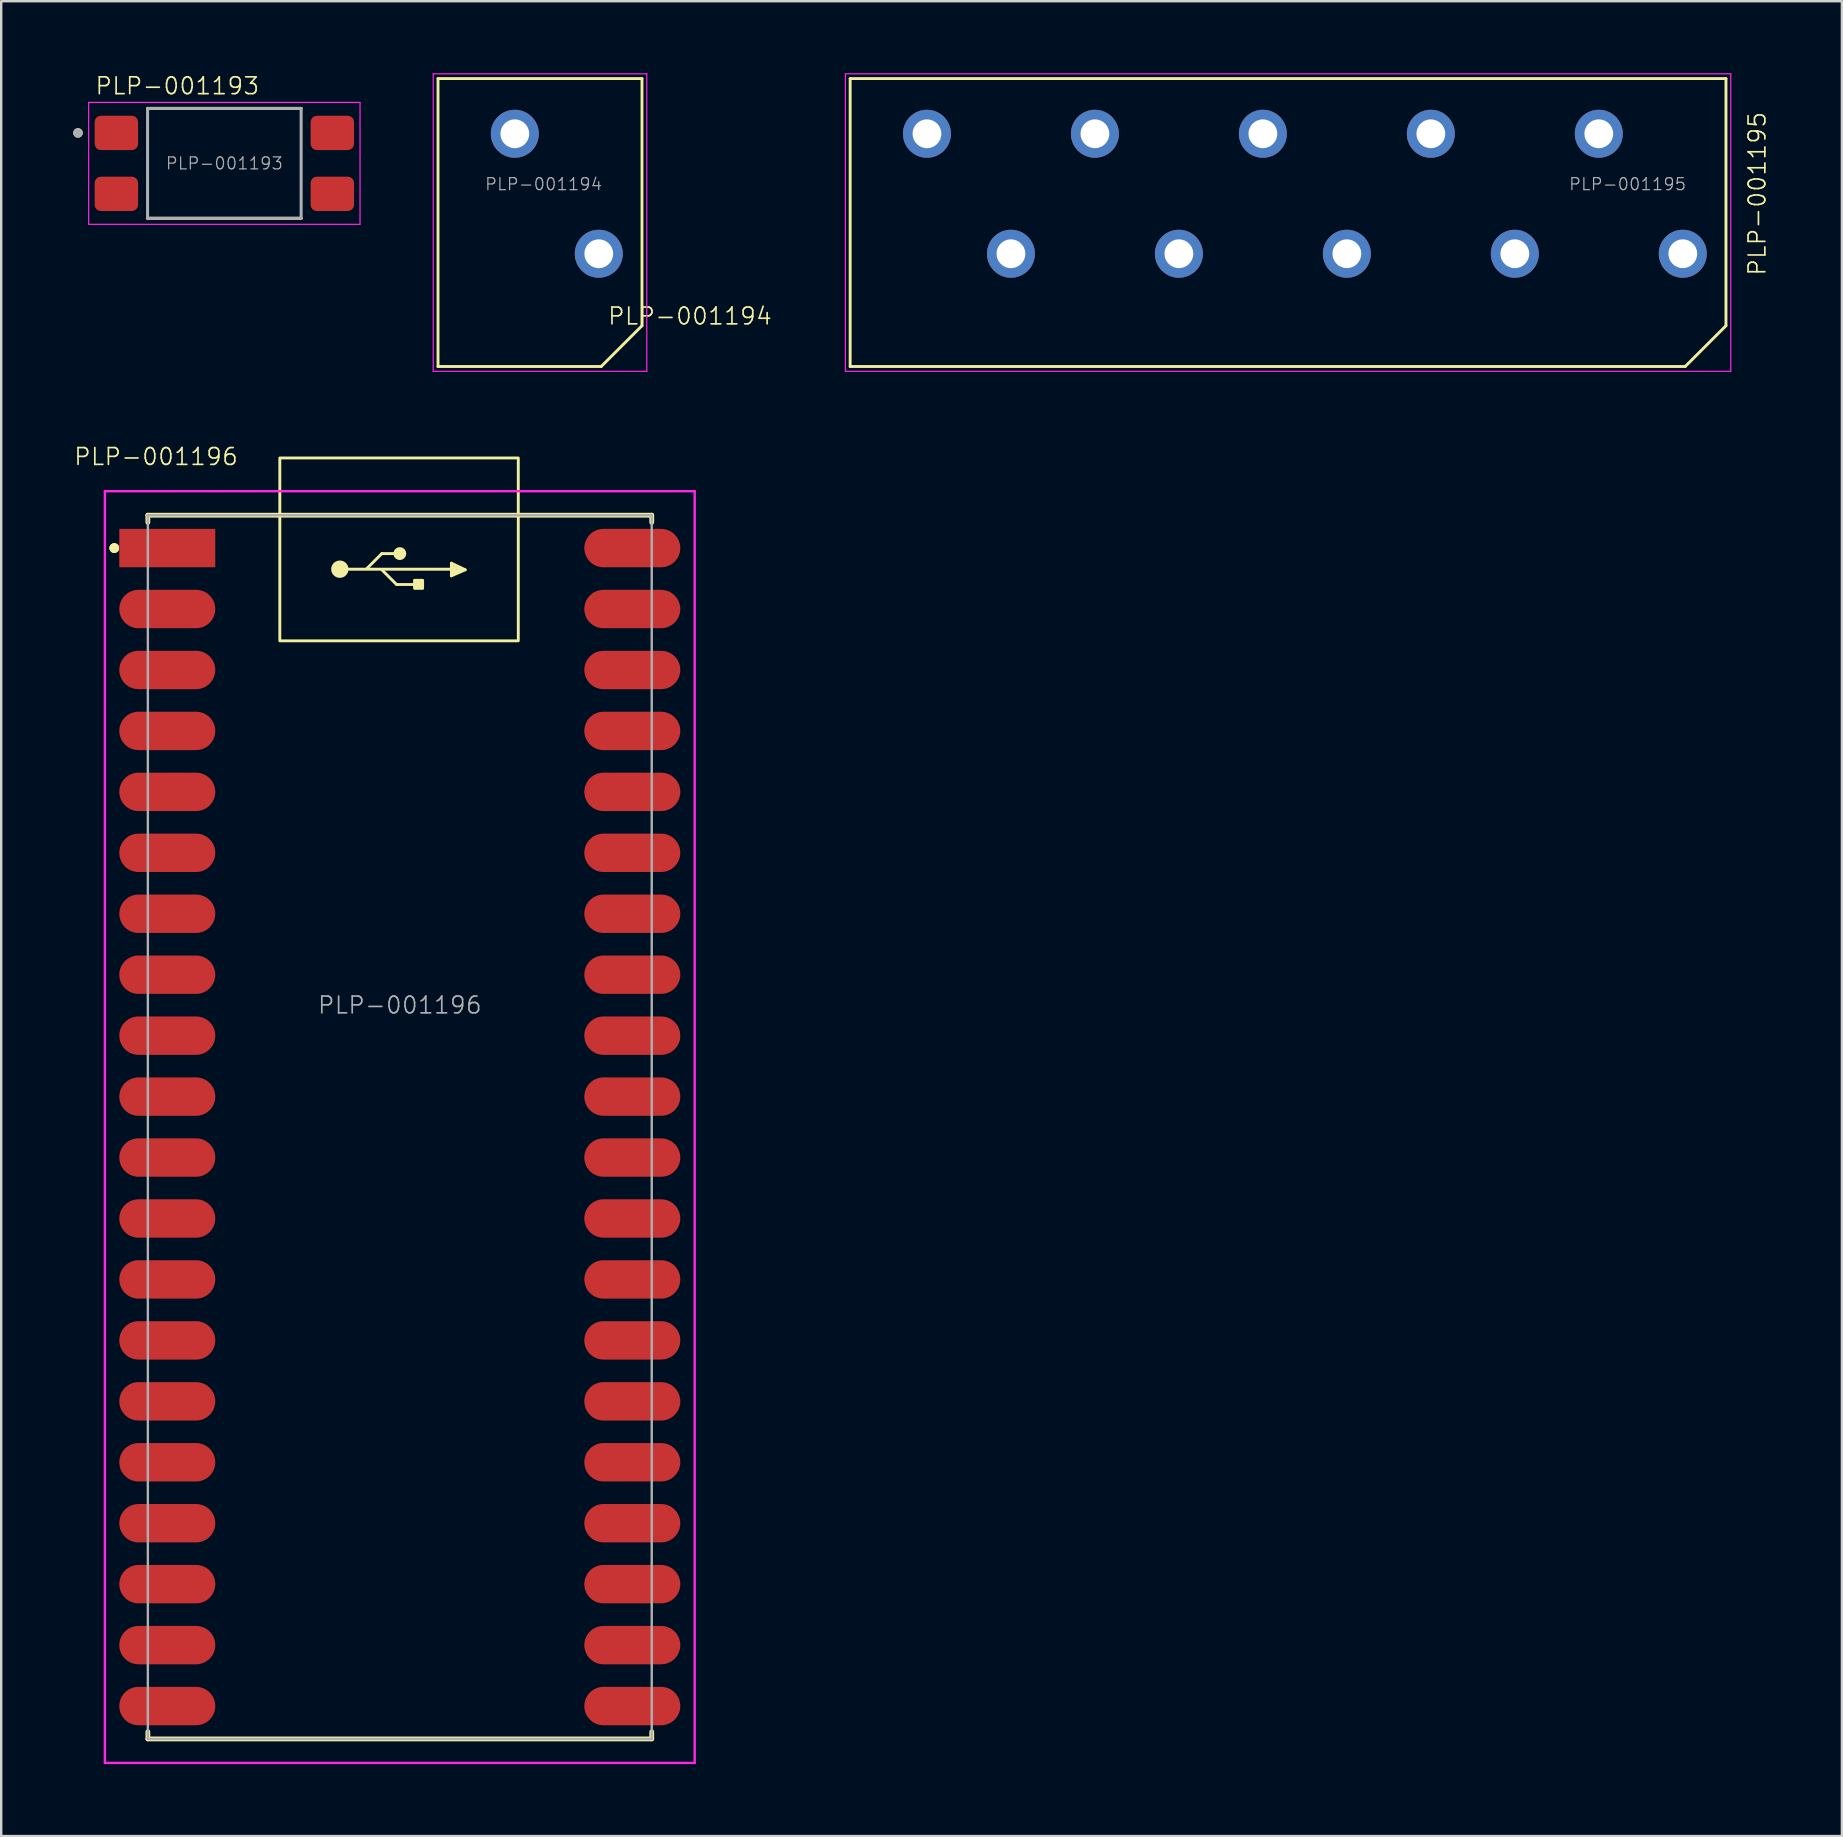
<source format=kicad_pcb>
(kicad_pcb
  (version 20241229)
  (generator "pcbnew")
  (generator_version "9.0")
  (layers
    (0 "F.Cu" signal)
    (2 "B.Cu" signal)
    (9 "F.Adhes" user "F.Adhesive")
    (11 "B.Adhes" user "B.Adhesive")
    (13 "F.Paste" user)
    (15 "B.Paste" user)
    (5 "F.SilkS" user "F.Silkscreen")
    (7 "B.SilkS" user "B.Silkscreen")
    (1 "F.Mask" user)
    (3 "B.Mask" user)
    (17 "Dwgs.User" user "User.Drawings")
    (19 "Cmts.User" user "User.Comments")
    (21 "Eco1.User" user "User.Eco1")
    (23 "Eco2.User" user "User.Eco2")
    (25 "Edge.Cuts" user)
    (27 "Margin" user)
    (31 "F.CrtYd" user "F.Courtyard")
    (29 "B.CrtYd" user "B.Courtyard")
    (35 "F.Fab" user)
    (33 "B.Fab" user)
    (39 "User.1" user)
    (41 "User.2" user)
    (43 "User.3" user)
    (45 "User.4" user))
  (footprint "PLP-001196"
    (layer "F.Cu")
    (at 13.612 43.922)
    (property "Reference" "PLP-001196" (at -10.16 -27.94 0) (layer "F.SilkS") (effects (font (size 0.7 0.7) (thickness 0.07))))
    (attr smd)
    (fp_line (start -11.9 -24.13) (end -11.9 -24.13) (stroke (width 0.4) (type solid)) (layer "F.SilkS"))
    (fp_line (start -11.9 -24.13) (end -11.9 -24.13) (stroke (width 0.4) (type solid)) (layer "F.SilkS"))
    (fp_line (start -11.9 -24.13) (end -11.9 -24.13) (stroke (width 0.4) (type solid)) (layer "F.SilkS"))
    (fp_line (start -10.5 -25.5) (end -10.5 -25.2) (stroke (width 0.2) (type solid)) (layer "F.SilkS"))
    (fp_line (start -10.5 25.2) (end -10.5 25.5) (stroke (width 0.2) (type solid)) (layer "F.SilkS"))
    (fp_line (start -10.5 25.5) (end 10.5 25.5) (stroke (width 0.2) (type solid)) (layer "F.SilkS"))
    (fp_line (start -2.499 -23.25) (end 2.151 -23.25) (stroke (width 0.12) (type solid)) (layer "F.SilkS"))
    (fp_line (start -1.374 -23.275) (end -0.749 -23.9) (stroke (width 0.12) (type solid)) (layer "F.SilkS"))
    (fp_line (start -0.761 -23.238) (end -0.136 -22.613) (stroke (width 0.12) (type solid)) (layer "F.SilkS"))
    (fp_line (start -0.749 -23.9) (end 0.001 -23.9) (stroke (width 0.12) (type solid)) (layer "F.SilkS"))
    (fp_line (start -0.136 -22.613) (end 0.614 -22.613) (stroke (width 0.12) (type solid)) (layer "F.SilkS"))
    (fp_line (start 2.151 -23.5) (end 2.151 -23.25) (stroke (width 0.12) (type solid)) (layer "F.SilkS"))
    (fp_line (start 2.151 -23.375) (end 2.551 -23.225) (stroke (width 0.12) (type solid)) (layer "F.SilkS"))
    (fp_line (start 2.151 -23.25) (end 2.151 -22.975) (stroke (width 0.12) (type solid)) (layer "F.SilkS"))
    (fp_line (start 2.151 -22.975) (end 2.726 -23.225) (stroke (width 0.12) (type solid)) (layer "F.SilkS"))
    (fp_line (start 2.226 -23.075) (end 2.251 -23.25) (stroke (width 0.12) (type solid)) (layer "F.SilkS"))
    (fp_line (start 2.251 -23.25) (end 2.389 -23.15) (stroke (width 0.12) (type solid)) (layer "F.SilkS"))
    (fp_line (start 2.551 -23.225) (end 2.226 -23.075) (stroke (width 0.12) (type solid)) (layer "F.SilkS"))
    (fp_line (start 2.726 -23.225) (end 2.151 -23.5) (stroke (width 0.12) (type solid)) (layer "F.SilkS"))
    (fp_line (start 10.5 -25.5) (end -10.5 -25.5) (stroke (width 0.2) (type solid)) (layer "F.SilkS"))
    (fp_line (start 10.5 -25.2) (end 10.5 -25.5) (stroke (width 0.2) (type solid)) (layer "F.SilkS"))
    (fp_line (start 10.5 25.5) (end 10.5 25.2) (stroke (width 0.2) (type solid)) (layer "F.SilkS"))
    (fp_rect (start -5 -20.265) (end 4.938 -27.885) (stroke (width 0.12) (type default)) (fill no) (layer "F.SilkS"))
    (fp_rect (start 0.614 -22.788) (end 0.951 -22.45) (stroke (width 0.12) (type solid)) (fill yes) (layer "F.SilkS"))
    (fp_circle (center -2.499 -23.25) (end -2.198 -23.25) (stroke (width 0.12) (type solid)) (fill yes) (layer "F.SilkS"))
    (fp_circle (center 0.001 -23.9) (end 0.201 -23.85) (stroke (width 0.12) (type solid)) (fill yes) (layer "F.SilkS"))
    (fp_line (start -12.29 -26.5) (end 12.29 -26.5) (stroke (width 0.1) (type solid)) (layer "F.CrtYd"))
    (fp_line (start -12.29 26.5) (end -12.29 -26.5) (stroke (width 0.1) (type solid)) (layer "F.CrtYd"))
    (fp_line (start 12.29 -26.5) (end 12.29 26.5) (stroke (width 0.1) (type solid)) (layer "F.CrtYd"))
    (fp_line (start 12.29 26.5) (end -12.29 26.5) (stroke (width 0.1) (type solid)) (layer "F.CrtYd"))
    (fp_line (start -10.5 -25.5) (end -10.5 25.5) (stroke (width 0.1) (type solid)) (layer "F.Fab"))
    (fp_line (start -10.5 25.5) (end 10.5 25.5) (stroke (width 0.1) (type solid)) (layer "F.Fab"))
    (fp_line (start 10.5 -25.5) (end -10.5 -25.5) (stroke (width 0.1) (type solid)) (layer "F.Fab"))
    (fp_line (start 10.5 25.5) (end 10.5 -25.5) (stroke (width 0.1) (type solid)) (layer "F.Fab"))
    (fp_text user "${REFERENCE}" (at 0 -5.08 0) (layer "F.Fab") (effects (font (size 0.7 0.7) (thickness 0.07))))
    (pad "1" smd rect (at -9.69 -24.13) (size 4 1.6) (layers "F.Cu" "F.Mask" "F.Paste"))
    (pad "2" smd oval (at -9.69 -21.59) (size 4 1.6) (layers "F.Cu" "F.Mask" "F.Paste"))
    (pad "3" smd oval (at -9.69 -19.05) (size 4 1.6) (layers "F.Cu" "F.Mask" "F.Paste"))
    (pad "4" smd oval (at -9.69 -16.51) (size 4 1.6) (layers "F.Cu" "F.Mask" "F.Paste"))
    (pad "5" smd oval (at -9.69 -13.97) (size 4 1.6) (layers "F.Cu" "F.Mask" "F.Paste"))
    (pad "6" smd oval (at -9.69 -11.43) (size 4 1.6) (layers "F.Cu" "F.Mask" "F.Paste"))
    (pad "7" smd oval (at -9.69 -8.89) (size 4 1.6) (layers "F.Cu" "F.Mask" "F.Paste"))
    (pad "8" smd oval (at -9.69 -6.35) (size 4 1.6) (layers "F.Cu" "F.Mask" "F.Paste"))
    (pad "9" smd oval (at -9.69 -3.81) (size 4 1.6) (layers "F.Cu" "F.Mask" "F.Paste"))
    (pad "10" smd oval (at -9.69 -1.27) (size 4 1.6) (layers "F.Cu" "F.Mask" "F.Paste"))
    (pad "11" smd oval (at -9.69 1.27) (size 4 1.6) (layers "F.Cu" "F.Mask" "F.Paste"))
    (pad "12" smd oval (at -9.69 3.81) (size 4 1.6) (layers "F.Cu" "F.Mask" "F.Paste"))
    (pad "13" smd oval (at -9.69 6.35) (size 4 1.6) (layers "F.Cu" "F.Mask" "F.Paste"))
    (pad "14" smd oval (at -9.69 8.89) (size 4 1.6) (layers "F.Cu" "F.Mask" "F.Paste"))
    (pad "15" smd oval (at -9.69 11.43) (size 4 1.6) (layers "F.Cu" "F.Mask" "F.Paste"))
    (pad "16" smd oval (at -9.69 13.97) (size 4 1.6) (layers "F.Cu" "F.Mask" "F.Paste"))
    (pad "17" smd oval (at -9.69 16.51) (size 4 1.6) (layers "F.Cu" "F.Mask" "F.Paste"))
    (pad "18" smd oval (at -9.69 19.05) (size 4 1.6) (layers "F.Cu" "F.Mask" "F.Paste"))
    (pad "19" smd oval (at -9.69 21.59) (size 4 1.6) (layers "F.Cu" "F.Mask" "F.Paste"))
    (pad "20" smd oval (at -9.69 24.13) (size 4 1.6) (layers "F.Cu" "F.Mask" "F.Paste"))
    (pad "21" smd oval (at 9.69 24.13) (size 4 1.6) (layers "F.Cu" "F.Mask" "F.Paste"))
    (pad "22" smd oval (at 9.69 21.59) (size 4 1.6) (layers "F.Cu" "F.Mask" "F.Paste"))
    (pad "23" smd oval (at 9.69 19.05) (size 4 1.6) (layers "F.Cu" "F.Mask" "F.Paste"))
    (pad "24" smd oval (at 9.69 16.51) (size 4 1.6) (layers "F.Cu" "F.Mask" "F.Paste"))
    (pad "25" smd oval (at 9.69 13.97) (size 4 1.6) (layers "F.Cu" "F.Mask" "F.Paste"))
    (pad "26" smd oval (at 9.69 11.43) (size 4 1.6) (layers "F.Cu" "F.Mask" "F.Paste"))
    (pad "27" smd oval (at 9.69 8.89) (size 4 1.6) (layers "F.Cu" "F.Mask" "F.Paste"))
    (pad "28" smd oval (at 9.69 6.35) (size 4 1.6) (layers "F.Cu" "F.Mask" "F.Paste"))
    (pad "29" smd oval (at 9.69 3.81) (size 4 1.6) (layers "F.Cu" "F.Mask" "F.Paste"))
    (pad "30" smd oval (at 9.69 1.27) (size 4 1.6) (layers "F.Cu" "F.Mask" "F.Paste"))
    (pad "31" smd oval (at 9.69 -1.27) (size 4 1.6) (layers "F.Cu" "F.Mask" "F.Paste"))
    (pad "32" smd oval (at 9.69 -3.81) (size 4 1.6) (layers "F.Cu" "F.Mask" "F.Paste"))
    (pad "33" smd oval (at 9.69 -6.35) (size 4 1.6) (layers "F.Cu" "F.Mask" "F.Paste"))
    (pad "34" smd oval (at 9.69 -8.89) (size 4 1.6) (layers "F.Cu" "F.Mask" "F.Paste"))
    (pad "35" smd oval (at 9.69 -11.43) (size 4 1.6) (layers "F.Cu" "F.Mask" "F.Paste"))
    (pad "36" smd oval (at 9.69 -13.97) (size 4 1.6) (layers "F.Cu" "F.Mask" "F.Paste"))
    (pad "37" smd oval (at 9.69 -16.51) (size 4 1.6) (layers "F.Cu" "F.Mask" "F.Paste"))
    (pad "38" smd oval (at 9.69 -19.05) (size 4 1.6) (layers "F.Cu" "F.Mask" "F.Paste"))
    (pad "39" smd oval (at 9.69 -21.59) (size 4 1.6) (layers "F.Cu" "F.Mask" "F.Paste"))
    (pad "40" smd oval (at 9.69 -24.13) (size 4 1.6) (layers "F.Cu" "F.Mask" "F.Paste"))
    (zone (net_name "") (layers "F.Cu" "B.Cu") (name "ANTENNA") (hatch full 0.5) (connect_pads) (min_thickness 0.25) (filled_areas_thickness no) (keepout (tracks not_allowed) (vias not_allowed) (pads not_allowed) (copperpour not_allowed) (footprints not_allowed)) (placement (enabled no)) (fill) (polygon (pts (xy 6.362 62.222) (xy 20.612 62.172) (xy 20.612 64.872) (xy 15.637 70.372) (xy 11.362 70.397) (xy 6.312 64.947)))))
  (footprint "PLP-001195"
    (layer "F.Cu")
    (at 67.082 7.525)
    (property "Reference" "PLP-001195" (at 3.1 -2.5 270) (layer "F.SilkS") (effects (font (size 0.7 0.7) (thickness 0.07))))
    (fp_line (start -34.7 -7.3) (end 1.8 -7.3) (stroke (width 0.12) (type default)) (layer "F.SilkS"))
    (fp_line (start -34.7 4.7) (end -34.7 -7.3) (stroke (width 0.12) (type default)) (layer "F.SilkS"))
    (fp_line (start -34.7 4.7) (end 0.1 4.7) (stroke (width 0.12) (type default)) (layer "F.SilkS"))
    (fp_line (start 1.8 3) (end 0.1 4.7) (stroke (width 0.12) (type default)) (layer "F.SilkS"))
    (fp_line (start 1.8 3) (end 1.8 -7.3) (stroke (width 0.12) (type default)) (layer "F.SilkS"))
    (fp_line (start -34.9 -7.5) (end -34.9 4.9) (stroke (width 0.05) (type default)) (layer "F.CrtYd"))
    (fp_line (start -34.9 -7.5) (end 2 -7.5) (stroke (width 0.05) (type default)) (layer "F.CrtYd"))
    (fp_line (start -34.9 4.9) (end 2 4.9) (stroke (width 0.05) (type default)) (layer "F.CrtYd"))
    (fp_line (start 2 -7.5) (end 2 4.9) (stroke (width 0.05) (type default)) (layer "F.CrtYd"))
    (fp_text user "${REFERENCE}" (at -2.3 -2.9 0) (layer "F.Fab") (effects (font (size 0.5 0.5) (thickness 0.05))))
    (pad "1" thru_hole circle (at 0 0) (size 2 2) (drill 1.2) (layers "*.Cu" "*.Mask"))
    (pad "2" thru_hole circle (at -3.5 -5) (size 2 2) (drill 1.2) (layers "*.Cu" "*.Mask"))
    (pad "3" thru_hole circle (at -7 0) (size 2 2) (drill 1.2) (layers "*.Cu" "*.Mask"))
    (pad "4" thru_hole circle (at -10.5 -5) (size 2 2) (drill 1.2) (layers "*.Cu" "*.Mask"))
    (pad "5" thru_hole circle (at -14 0) (size 2 2) (drill 1.2) (layers "*.Cu" "*.Mask"))
    (pad "6" thru_hole circle (at -17.5 -5) (size 2 2) (drill 1.2) (layers "*.Cu" "*.Mask"))
    (pad "7" thru_hole circle (at -21 0) (size 2 2) (drill 1.2) (layers "*.Cu" "*.Mask"))
    (pad "8" thru_hole circle (at -24.5 -5) (size 2 2) (drill 1.2) (layers "*.Cu" "*.Mask"))
    (pad "9" thru_hole circle (at -28 0) (size 2 2) (drill 1.2) (layers "*.Cu" "*.Mask"))
    (pad "10" thru_hole circle (at -31.5 -5) (size 2 2) (drill 1.2) (layers "*.Cu" "*.Mask")))
  (footprint "PLP-001193"
    (layer "F.Cu")
    (at 6.3 3.759)
    (property "Reference" "PLP-001193" (at -1.96 -3.227 0) (layer "F.SilkS") (effects (font (size 0.7 0.7) (thickness 0.07))))
    (attr smd)
    (fp_line (start -3.2 -2.29) (end 3.2 -2.29) (stroke (width 0.127) (type solid)) (layer "F.SilkS"))
    (fp_line (start -3.2 2.29) (end 3.2 2.29) (stroke (width 0.127) (type solid)) (layer "F.SilkS"))
    (fp_circle (center -6.1 -1.27) (end -6 -1.27) (stroke (width 0.2) (type solid)) (fill no) (layer "F.SilkS"))
    (fp_line (start -5.655 -2.54) (end -5.655 2.54) (stroke (width 0.05) (type solid)) (layer "F.CrtYd"))
    (fp_line (start -5.655 -2.54) (end 5.655 -2.54) (stroke (width 0.05) (type solid)) (layer "F.CrtYd"))
    (fp_line (start -5.655 2.54) (end 5.655 2.54) (stroke (width 0.05) (type solid)) (layer "F.CrtYd"))
    (fp_line (start 5.655 -2.54) (end 5.655 2.54) (stroke (width 0.05) (type solid)) (layer "F.CrtYd"))
    (fp_line (start -3.2 -2.29) (end -3.2 2.29) (stroke (width 0.127) (type solid)) (layer "F.Fab"))
    (fp_line (start -3.2 -2.29) (end 3.2 -2.29) (stroke (width 0.127) (type solid)) (layer "F.Fab"))
    (fp_line (start -3.2 2.29) (end 3.2 2.29) (stroke (width 0.127) (type solid)) (layer "F.Fab"))
    (fp_line (start 3.2 -2.29) (end 3.2 2.29) (stroke (width 0.127) (type solid)) (layer "F.Fab"))
    (fp_circle (center -6.1 -1.27) (end -6 -1.27) (stroke (width 0.2) (type solid)) (fill no) (layer "F.Fab"))
    (fp_text user "${REFERENCE}" (at 0 0 0) (layer "F.Fab") (effects (font (size 0.5 0.5) (thickness 0.05))))
    (pad "1" smd roundrect (at -4.5 -1.27) (size 1.81 1.43) (layers "F.Cu" "F.Mask" "F.Paste") (roundrect_rratio 0.18))
    (pad "2" smd roundrect (at -4.5 1.27) (size 1.81 1.43) (layers "F.Cu" "F.Mask" "F.Paste") (roundrect_rratio 0.18))
    (pad "3" smd roundrect (at 4.5 1.27) (size 1.81 1.43) (layers "F.Cu" "F.Mask" "F.Paste") (roundrect_rratio 0.18))
    (pad "4" smd roundrect (at 4.5 -1.27) (size 1.81 1.43) (layers "F.Cu" "F.Mask" "F.Paste") (roundrect_rratio 0.18)))
  (footprint "PLP-001194"
    (layer "F.Cu")
    (at 21.905 7.525)
    (property "Reference" "PLP-001194" (at 3.8 2.6 0) (layer "F.SilkS") (effects (font (size 0.7 0.7) (thickness 0.07))))
    (fp_line (start -6.7 -7.3) (end 1.8 -7.3) (stroke (width 0.12) (type default)) (layer "F.SilkS"))
    (fp_line (start -6.7 4.7) (end -6.7 -7.3) (stroke (width 0.12) (type default)) (layer "F.SilkS"))
    (fp_line (start -6.7 4.7) (end 0.1 4.7) (stroke (width 0.12) (type default)) (layer "F.SilkS"))
    (fp_line (start 1.8 3) (end 0.1 4.7) (stroke (width 0.12) (type default)) (layer "F.SilkS"))
    (fp_line (start 1.8 3) (end 1.8 -7.3) (stroke (width 0.12) (type default)) (layer "F.SilkS"))
    (fp_line (start -6.9 -7.5) (end -6.9 4.9) (stroke (width 0.05) (type default)) (layer "F.CrtYd"))
    (fp_line (start -6.9 -7.5) (end 2 -7.5) (stroke (width 0.05) (type default)) (layer "F.CrtYd"))
    (fp_line (start -6.9 4.9) (end 2 4.9) (stroke (width 0.05) (type default)) (layer "F.CrtYd"))
    (fp_line (start 2 -7.5) (end 2 4.9) (stroke (width 0.05) (type default)) (layer "F.CrtYd"))
    (fp_text user "${REFERENCE}" (at -2.3 -2.9 0) (layer "F.Fab") (effects (font (size 0.5 0.5) (thickness 0.05))))
    (pad "1" thru_hole circle (at 0 0) (size 2 2) (drill 1.2) (layers "*.Cu" "*.Mask"))
    (pad "2" thru_hole circle (at -3.5 -5) (size 2 2) (drill 1.2) (layers "*.Cu" "*.Mask")))
  (gr_rect
    (start -3 -3)
    (end 73.714 73.472)
    (stroke (width 0.1) (type default))
    (fill no)
    (layer "Edge.Cuts")))
</source>
